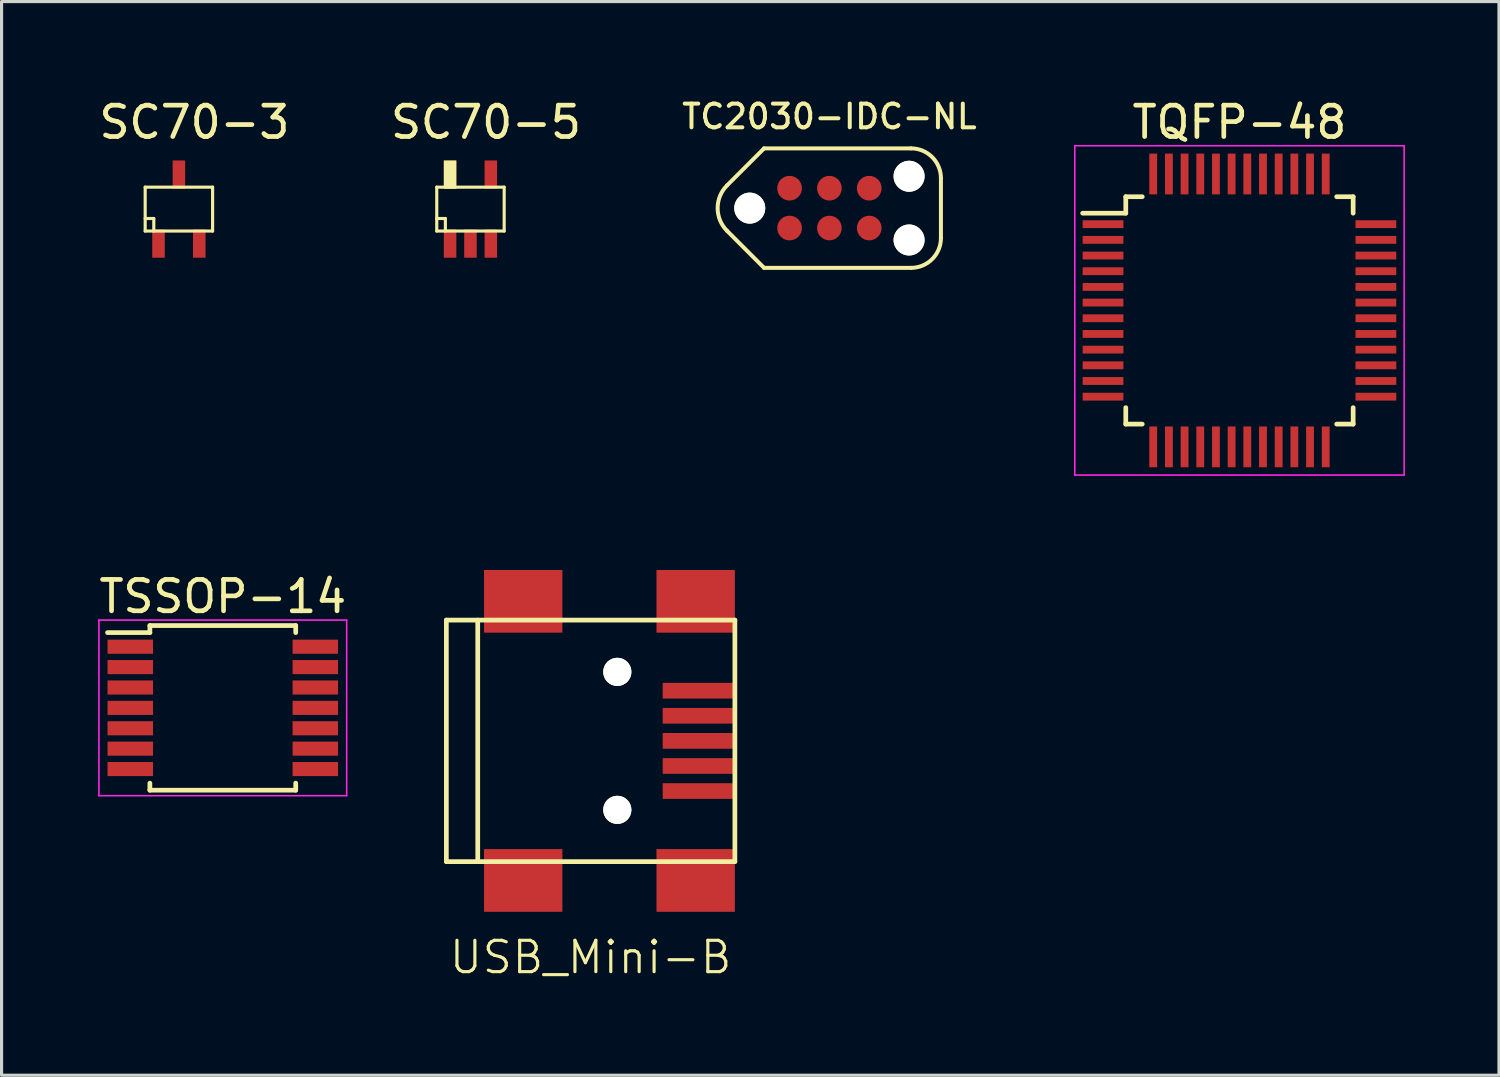
<source format=kicad_pcb>
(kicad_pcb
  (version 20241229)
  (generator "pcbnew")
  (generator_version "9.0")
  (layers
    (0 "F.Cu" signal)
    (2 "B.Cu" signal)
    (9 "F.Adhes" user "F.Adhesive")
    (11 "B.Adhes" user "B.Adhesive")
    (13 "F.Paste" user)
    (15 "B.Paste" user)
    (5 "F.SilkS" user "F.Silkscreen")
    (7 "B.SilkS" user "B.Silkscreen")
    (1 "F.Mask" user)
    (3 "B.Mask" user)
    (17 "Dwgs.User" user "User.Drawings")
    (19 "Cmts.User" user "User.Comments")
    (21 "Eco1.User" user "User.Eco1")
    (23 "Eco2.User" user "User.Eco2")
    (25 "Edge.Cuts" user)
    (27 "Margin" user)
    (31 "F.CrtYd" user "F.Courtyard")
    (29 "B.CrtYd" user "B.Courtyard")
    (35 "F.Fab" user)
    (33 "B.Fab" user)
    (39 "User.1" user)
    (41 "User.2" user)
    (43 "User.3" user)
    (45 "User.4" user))
  (footprint "USB_Mini-B"
    (layer "F.Cu")
    (at 15.782 20.573)
    (property "Reference" "USB_Mini-B" (at 0 6.901 0) (layer "F.SilkS") (effects (font (size 1 1) (thickness 0.1))))
    (attr through_hole)
    (fp_line (start -4.6 -3.851) (end -4.6 3.851) (stroke (width 0.15) (type solid)) (layer "F.SilkS"))
    (fp_line (start -4.6 3.851) (end 4.6 3.851) (stroke (width 0.15) (type solid)) (layer "F.SilkS"))
    (fp_line (start -3.599 -3.851) (end -3.599 3.851) (stroke (width 0.15) (type solid)) (layer "F.SilkS"))
    (fp_line (start 4.6 -3.851) (end -4.6 -3.851) (stroke (width 0.15) (type solid)) (layer "F.SilkS"))
    (fp_line (start 4.6 3.851) (end 4.6 -3.851) (stroke (width 0.15) (type solid)) (layer "F.SilkS"))
    (pad "" np_thru_hole circle (at 0.851 -2.2) (size 0.899 0.899) (drill 0.899) (layers "*.Cu" "*.Mask" "F.SilkS"))
    (pad "" np_thru_hole circle (at 0.851 2.2) (size 0.899 0.899) (drill 0.899) (layers "*.Cu" "*.Mask" "F.SilkS"))
    (pad "1" smd rect (at 3.449 -1.6) (size 2.301 0.5) (layers "F.Cu" "F.Mask" "F.Paste"))
    (pad "2" smd rect (at 3.449 -0.8) (size 2.301 0.5) (layers "F.Cu" "F.Mask" "F.Paste"))
    (pad "3" smd rect (at 3.449 0) (size 2.301 0.5) (layers "F.Cu" "F.Mask" "F.Paste"))
    (pad "4" smd rect (at 3.449 0.8) (size 2.301 0.5) (layers "F.Cu" "F.Mask" "F.Paste"))
    (pad "5" smd rect (at 3.449 1.6) (size 2.301 0.5) (layers "F.Cu" "F.Mask" "F.Paste"))
    (pad "6" smd rect (at 3.35 -4.45) (size 2.499 1.999) (layers "F.Cu" "F.Mask" "F.Paste"))
    (pad "7" smd rect (at -2.149 -4.45) (size 2.499 1.999) (layers "F.Cu" "F.Mask" "F.Paste"))
    (pad "8" smd rect (at 3.35 4.45) (size 2.499 1.999) (layers "F.Cu" "F.Mask" "F.Paste"))
    (pad "9" smd rect (at -2.149 4.45) (size 2.499 1.999) (layers "F.Cu" "F.Mask" "F.Paste")))
  (footprint "TC2030-IDC-NL"
    (layer "F.Cu")
    (at 23.396 3.586)
    (property "Reference" "TC2030-IDC-NL" (at 0 -2.92 0) (layer "F.SilkS") (effects (font (size 0.757 0.757) (thickness 0.127))))
    (attr exclude_from_pos_files exclude_from_bom)
    (fp_line (start -3.264 -0.724) (end -2.083 -1.905) (stroke (width 0.127) (type solid)) (layer "F.SilkS"))
    (fp_line (start -3.264 0.724) (end -2.083 1.905) (stroke (width 0.127) (type solid)) (layer "F.SilkS"))
    (fp_line (start 2.603 -1.905) (end -2.083 -1.905) (stroke (width 0.127) (type solid)) (layer "F.SilkS"))
    (fp_line (start 2.603 1.905) (end -2.083 1.905) (stroke (width 0.127) (type solid)) (layer "F.SilkS"))
    (fp_line (start 3.556 -0.953) (end 3.556 0.953) (stroke (width 0.127) (type solid)) (layer "F.SilkS"))
    (fp_arc (start -3.2639 0.7239) (mid -3.563749 0) (end -3.2639 -0.7239) (stroke (width 0.127) (type solid)) (layer "F.SilkS"))
    (fp_arc (start 2.6035 -1.905) (mid 3.277019 -1.626019) (end 3.556 -0.9525) (stroke (width 0.127) (type solid)) (layer "F.SilkS"))
    (fp_arc (start 3.556 0.9525) (mid 3.277019 1.626019) (end 2.6035 1.905) (stroke (width 0.127) (type solid)) (layer "F.SilkS"))
    (pad "" np_thru_hole circle (at -2.54 0) (size 0.988 0.988) (drill 0.988) (layers "*.Cu" "*.Mask" "F.SilkS"))
    (pad "" np_thru_hole circle (at 2.54 -1.016) (size 0.988 0.988) (drill 0.988) (layers "*.Cu" "*.Mask" "F.SilkS"))
    (pad "" np_thru_hole circle (at 2.54 1.016) (size 0.988 0.988) (drill 0.988) (layers "*.Cu" "*.Mask" "F.SilkS"))
    (pad "1" connect circle (at -1.27 0.635) (size 0.787 0.787) (layers "F.Cu" "F.Mask"))
    (pad "2" connect circle (at -1.27 -0.635) (size 0.787 0.787) (layers "F.Cu" "F.Mask"))
    (pad "3" connect circle (at 0 0.635) (size 0.785 0.785) (layers "F.Cu" "F.Mask"))
    (pad "4" connect circle (at 0 -0.635) (size 0.787 0.787) (layers "F.Cu" "F.Mask"))
    (pad "5" connect circle (at 1.27 0.635) (size 0.787 0.787) (layers "F.Cu" "F.Mask"))
    (pad "6" connect circle (at 1.27 -0.635) (size 0.787 0.787) (layers "F.Cu" "F.Mask")))
  (footprint "TQFP-48"
    (layer "F.Cu")
    (at 36.471 6.848)
    (property "Reference" "TQFP-48" (at 0 -6 0) (layer "F.SilkS") (effects (font (size 1 1) (thickness 0.15))))
    (attr smd)
    (fp_line (start -3.625 -3.625) (end -3.625 -3.1) (stroke (width 0.15) (type solid)) (layer "F.SilkS"))
    (fp_line (start -3.625 -3.625) (end -3.1 -3.625) (stroke (width 0.15) (type solid)) (layer "F.SilkS"))
    (fp_line (start -3.625 -3.1) (end -5 -3.1) (stroke (width 0.15) (type solid)) (layer "F.SilkS"))
    (fp_line (start -3.625 3.625) (end -3.625 3.1) (stroke (width 0.15) (type solid)) (layer "F.SilkS"))
    (fp_line (start -3.625 3.625) (end -3.1 3.625) (stroke (width 0.15) (type solid)) (layer "F.SilkS"))
    (fp_line (start 3.625 -3.625) (end 3.1 -3.625) (stroke (width 0.15) (type solid)) (layer "F.SilkS"))
    (fp_line (start 3.625 -3.625) (end 3.625 -3.1) (stroke (width 0.15) (type solid)) (layer "F.SilkS"))
    (fp_line (start 3.625 3.625) (end 3.1 3.625) (stroke (width 0.15) (type solid)) (layer "F.SilkS"))
    (fp_line (start 3.625 3.625) (end 3.625 3.1) (stroke (width 0.15) (type solid)) (layer "F.SilkS"))
    (fp_line (start -5.25 -5.25) (end -5.25 5.25) (stroke (width 0.05) (type solid)) (layer "F.CrtYd"))
    (fp_line (start -5.25 -5.25) (end 5.25 -5.25) (stroke (width 0.05) (type solid)) (layer "F.CrtYd"))
    (fp_line (start -5.25 5.25) (end 5.25 5.25) (stroke (width 0.05) (type solid)) (layer "F.CrtYd"))
    (fp_line (start 5.25 -5.25) (end 5.25 5.25) (stroke (width 0.05) (type solid)) (layer "F.CrtYd"))
    (pad "1" smd rect (at -4.35 -2.75) (size 1.3 0.25) (layers "F.Cu" "F.Mask" "F.Paste"))
    (pad "2" smd rect (at -4.35 -2.25) (size 1.3 0.25) (layers "F.Cu" "F.Mask" "F.Paste"))
    (pad "3" smd rect (at -4.35 -1.75) (size 1.3 0.25) (layers "F.Cu" "F.Mask" "F.Paste"))
    (pad "4" smd rect (at -4.35 -1.25) (size 1.3 0.25) (layers "F.Cu" "F.Mask" "F.Paste"))
    (pad "5" smd rect (at -4.35 -0.75) (size 1.3 0.25) (layers "F.Cu" "F.Mask" "F.Paste"))
    (pad "6" smd rect (at -4.35 -0.25) (size 1.3 0.25) (layers "F.Cu" "F.Mask" "F.Paste"))
    (pad "7" smd rect (at -4.35 0.25) (size 1.3 0.25) (layers "F.Cu" "F.Mask" "F.Paste"))
    (pad "8" smd rect (at -4.35 0.75) (size 1.3 0.25) (layers "F.Cu" "F.Mask" "F.Paste"))
    (pad "9" smd rect (at -4.35 1.25) (size 1.3 0.25) (layers "F.Cu" "F.Mask" "F.Paste"))
    (pad "10" smd rect (at -4.35 1.75) (size 1.3 0.25) (layers "F.Cu" "F.Mask" "F.Paste"))
    (pad "11" smd rect (at -4.35 2.25) (size 1.3 0.25) (layers "F.Cu" "F.Mask" "F.Paste"))
    (pad "12" smd rect (at -4.35 2.75) (size 1.3 0.25) (layers "F.Cu" "F.Mask" "F.Paste"))
    (pad "13" smd rect (at -2.75 4.35 90) (size 1.3 0.25) (layers "F.Cu" "F.Mask" "F.Paste"))
    (pad "14" smd rect (at -2.25 4.35 90) (size 1.3 0.25) (layers "F.Cu" "F.Mask" "F.Paste"))
    (pad "15" smd rect (at -1.75 4.35 90) (size 1.3 0.25) (layers "F.Cu" "F.Mask" "F.Paste"))
    (pad "16" smd rect (at -1.25 4.35 90) (size 1.3 0.25) (layers "F.Cu" "F.Mask" "F.Paste"))
    (pad "17" smd rect (at -0.75 4.35 90) (size 1.3 0.25) (layers "F.Cu" "F.Mask" "F.Paste"))
    (pad "18" smd rect (at -0.25 4.35 90) (size 1.3 0.25) (layers "F.Cu" "F.Mask" "F.Paste"))
    (pad "19" smd rect (at 0.25 4.35 90) (size 1.3 0.25) (layers "F.Cu" "F.Mask" "F.Paste"))
    (pad "20" smd rect (at 0.75 4.35 90) (size 1.3 0.25) (layers "F.Cu" "F.Mask" "F.Paste"))
    (pad "21" smd rect (at 1.25 4.35 90) (size 1.3 0.25) (layers "F.Cu" "F.Mask" "F.Paste"))
    (pad "22" smd rect (at 1.75 4.35 90) (size 1.3 0.25) (layers "F.Cu" "F.Mask" "F.Paste"))
    (pad "23" smd rect (at 2.25 4.35 90) (size 1.3 0.25) (layers "F.Cu" "F.Mask" "F.Paste"))
    (pad "24" smd rect (at 2.75 4.35 90) (size 1.3 0.25) (layers "F.Cu" "F.Mask" "F.Paste"))
    (pad "25" smd rect (at 4.35 2.75) (size 1.3 0.25) (layers "F.Cu" "F.Mask" "F.Paste"))
    (pad "26" smd rect (at 4.35 2.25) (size 1.3 0.25) (layers "F.Cu" "F.Mask" "F.Paste"))
    (pad "27" smd rect (at 4.35 1.75) (size 1.3 0.25) (layers "F.Cu" "F.Mask" "F.Paste"))
    (pad "28" smd rect (at 4.35 1.25) (size 1.3 0.25) (layers "F.Cu" "F.Mask" "F.Paste"))
    (pad "29" smd rect (at 4.35 0.75) (size 1.3 0.25) (layers "F.Cu" "F.Mask" "F.Paste"))
    (pad "30" smd rect (at 4.35 0.25) (size 1.3 0.25) (layers "F.Cu" "F.Mask" "F.Paste"))
    (pad "31" smd rect (at 4.35 -0.25) (size 1.3 0.25) (layers "F.Cu" "F.Mask" "F.Paste"))
    (pad "32" smd rect (at 4.35 -0.75) (size 1.3 0.25) (layers "F.Cu" "F.Mask" "F.Paste"))
    (pad "33" smd rect (at 4.35 -1.25) (size 1.3 0.25) (layers "F.Cu" "F.Mask" "F.Paste"))
    (pad "34" smd rect (at 4.35 -1.75) (size 1.3 0.25) (layers "F.Cu" "F.Mask" "F.Paste"))
    (pad "35" smd rect (at 4.35 -2.25) (size 1.3 0.25) (layers "F.Cu" "F.Mask" "F.Paste"))
    (pad "36" smd rect (at 4.35 -2.75) (size 1.3 0.25) (layers "F.Cu" "F.Mask" "F.Paste"))
    (pad "37" smd rect (at 2.75 -4.35 90) (size 1.3 0.25) (layers "F.Cu" "F.Mask" "F.Paste"))
    (pad "38" smd rect (at 2.25 -4.35 90) (size 1.3 0.25) (layers "F.Cu" "F.Mask" "F.Paste"))
    (pad "39" smd rect (at 1.75 -4.35 90) (size 1.3 0.25) (layers "F.Cu" "F.Mask" "F.Paste"))
    (pad "40" smd rect (at 1.25 -4.35 90) (size 1.3 0.25) (layers "F.Cu" "F.Mask" "F.Paste"))
    (pad "41" smd rect (at 0.75 -4.35 90) (size 1.3 0.25) (layers "F.Cu" "F.Mask" "F.Paste"))
    (pad "42" smd rect (at 0.25 -4.35 90) (size 1.3 0.25) (layers "F.Cu" "F.Mask" "F.Paste"))
    (pad "43" smd rect (at -0.25 -4.35 90) (size 1.3 0.25) (layers "F.Cu" "F.Mask" "F.Paste"))
    (pad "44" smd rect (at -0.75 -4.35 90) (size 1.3 0.25) (layers "F.Cu" "F.Mask" "F.Paste"))
    (pad "45" smd rect (at -1.25 -4.35 90) (size 1.3 0.25) (layers "F.Cu" "F.Mask" "F.Paste"))
    (pad "46" smd rect (at -1.75 -4.35 90) (size 1.3 0.25) (layers "F.Cu" "F.Mask" "F.Paste"))
    (pad "47" smd rect (at -2.25 -4.35 90) (size 1.3 0.25) (layers "F.Cu" "F.Mask" "F.Paste"))
    (pad "48" smd rect (at -2.75 -4.35 90) (size 1.3 0.25) (layers "F.Cu" "F.Mask" "F.Paste")))
  (footprint "SC70-3"
    (layer "F.Cu")
    (at 2.654 3.617)
    (property "Reference" "SC70-3" (at 0.495 -2.769 0) (layer "F.SilkS") (effects (font (size 1 1) (thickness 0.15))))
    (attr smd)
    (fp_line (start -1.075 -0.7) (end -1.075 0.7) (stroke (width 0.1) (type solid)) (layer "F.SilkS"))
    (fp_line (start -1.075 0.3) (end -0.8 0.3) (stroke (width 0.1) (type solid)) (layer "F.SilkS"))
    (fp_line (start -1.075 0.7) (end 1.075 0.7) (stroke (width 0.1) (type solid)) (layer "F.SilkS"))
    (fp_line (start -0.8 0.3) (end -0.8 0.7) (stroke (width 0.1) (type solid)) (layer "F.SilkS"))
    (fp_line (start 1.075 -0.7) (end -1.075 -0.7) (stroke (width 0.1) (type solid)) (layer "F.SilkS"))
    (fp_line (start 1.075 0.7) (end 1.075 -0.7) (stroke (width 0.1) (type solid)) (layer "F.SilkS"))
    (pad "1" smd rect (at -0.65 1.1) (size 0.4 0.9) (layers "F.Cu" "F.Mask" "F.Paste"))
    (pad "2" smd rect (at 0.65 1.1) (size 0.4 0.9) (layers "F.Cu" "F.Mask" "F.Paste"))
    (pad "3" smd rect (at 0 -1.1) (size 0.4 0.9) (layers "F.Cu" "F.Mask" "F.Paste")))
  (footprint "SC70-5"
    (layer "F.Cu")
    (at 11.951 3.617)
    (property "Reference" "SC70-5" (at 0.495 -2.769 0) (layer "F.SilkS") (effects (font (size 1 1) (thickness 0.15))))
    (attr smd)
    (fp_line (start -1.075 -0.7) (end -1.075 0.7) (stroke (width 0.1) (type solid)) (layer "F.SilkS"))
    (fp_line (start -1.075 0.3) (end -0.8 0.3) (stroke (width 0.1) (type solid)) (layer "F.SilkS"))
    (fp_line (start -1.075 0.7) (end 1.075 0.7) (stroke (width 0.1) (type solid)) (layer "F.SilkS"))
    (fp_line (start -0.8 0.3) (end -0.8 0.7) (stroke (width 0.1) (type solid)) (layer "F.SilkS"))
    (fp_line (start 1.075 -0.7) (end -1.075 -0.7) (stroke (width 0.1) (type solid)) (layer "F.SilkS"))
    (fp_line (start 1.075 0.7) (end 1.075 -0.7) (stroke (width 0.1) (type solid)) (layer "F.SilkS"))
    (pad "1" smd rect (at -0.65 1.1) (size 0.4 0.9) (layers "F.Cu" "F.Mask" "F.Paste"))
    (pad "2" smd rect (at 0 1.1) (size 0.4 0.9) (layers "F.Cu" "F.Mask" "F.Paste"))
    (pad "3" smd rect (at 0.65 1.1) (size 0.4 0.9) (layers "F.Cu" "F.Mask" "F.Paste"))
    (pad "4" smd rect (at 0.65 -1.1) (size 0.4 0.9) (layers "F.Cu" "F.Mask" "F.Paste"))
    (pad "5" smd rect (at -0.65 -1.1) (size 0.4 0.9) (layers "F.Cu" "F.Mask" "F.SilkS" "F.Paste")))
  (footprint "TSSOP-14"
    (layer "F.Cu")
    (at 4.054 19.521)
    (property "Reference" "TSSOP-14" (at 0 -3.55 0) (layer "F.SilkS") (effects (font (size 1 1) (thickness 0.15))))
    (attr smd)
    (fp_line (start -2.325 -2.625) (end -2.325 -2.4) (stroke (width 0.15) (type solid)) (layer "F.SilkS"))
    (fp_line (start -2.325 -2.625) (end 2.325 -2.625) (stroke (width 0.15) (type solid)) (layer "F.SilkS"))
    (fp_line (start -2.325 -2.4) (end -3.675 -2.4) (stroke (width 0.15) (type solid)) (layer "F.SilkS"))
    (fp_line (start -2.325 2.625) (end -2.325 2.4) (stroke (width 0.15) (type solid)) (layer "F.SilkS"))
    (fp_line (start -2.325 2.625) (end 2.325 2.625) (stroke (width 0.15) (type solid)) (layer "F.SilkS"))
    (fp_line (start 2.325 -2.625) (end 2.325 -2.4) (stroke (width 0.15) (type solid)) (layer "F.SilkS"))
    (fp_line (start 2.325 2.625) (end 2.325 2.4) (stroke (width 0.15) (type solid)) (layer "F.SilkS"))
    (fp_line (start -3.95 -2.8) (end -3.95 2.8) (stroke (width 0.05) (type solid)) (layer "F.CrtYd"))
    (fp_line (start -3.95 -2.8) (end 3.95 -2.8) (stroke (width 0.05) (type solid)) (layer "F.CrtYd"))
    (fp_line (start -3.95 2.8) (end 3.95 2.8) (stroke (width 0.05) (type solid)) (layer "F.CrtYd"))
    (fp_line (start 3.95 -2.8) (end 3.95 2.8) (stroke (width 0.05) (type solid)) (layer "F.CrtYd"))
    (pad "1" smd rect (at -2.95 -1.95) (size 1.45 0.45) (layers "F.Cu" "F.Mask" "F.Paste"))
    (pad "2" smd rect (at -2.95 -1.3) (size 1.45 0.45) (layers "F.Cu" "F.Mask" "F.Paste"))
    (pad "3" smd rect (at -2.95 -0.65) (size 1.45 0.45) (layers "F.Cu" "F.Mask" "F.Paste"))
    (pad "4" smd rect (at -2.95 0) (size 1.45 0.45) (layers "F.Cu" "F.Mask" "F.Paste"))
    (pad "5" smd rect (at -2.95 0.65) (size 1.45 0.45) (layers "F.Cu" "F.Mask" "F.Paste"))
    (pad "6" smd rect (at -2.95 1.3) (size 1.45 0.45) (layers "F.Cu" "F.Mask" "F.Paste"))
    (pad "7" smd rect (at -2.95 1.95) (size 1.45 0.45) (layers "F.Cu" "F.Mask" "F.Paste"))
    (pad "8" smd rect (at 2.95 1.95) (size 1.45 0.45) (layers "F.Cu" "F.Mask" "F.Paste"))
    (pad "9" smd rect (at 2.95 1.3) (size 1.45 0.45) (layers "F.Cu" "F.Mask" "F.Paste"))
    (pad "10" smd rect (at 2.95 0.65) (size 1.45 0.45) (layers "F.Cu" "F.Mask" "F.Paste"))
    (pad "11" smd rect (at 2.95 0) (size 1.45 0.45) (layers "F.Cu" "F.Mask" "F.Paste"))
    (pad "12" smd rect (at 2.95 -0.65) (size 1.45 0.45) (layers "F.Cu" "F.Mask" "F.Paste"))
    (pad "13" smd rect (at 2.95 -1.3) (size 1.45 0.45) (layers "F.Cu" "F.Mask" "F.Paste"))
    (pad "14" smd rect (at 2.95 -1.95) (size 1.45 0.45) (layers "F.Cu" "F.Mask" "F.Paste")))
  (gr_rect
    (start -3 -3)
    (end 44.746 31.235)
    (stroke (width 0.1) (type default))
    (fill no)
    (layer "Edge.Cuts")))
</source>
